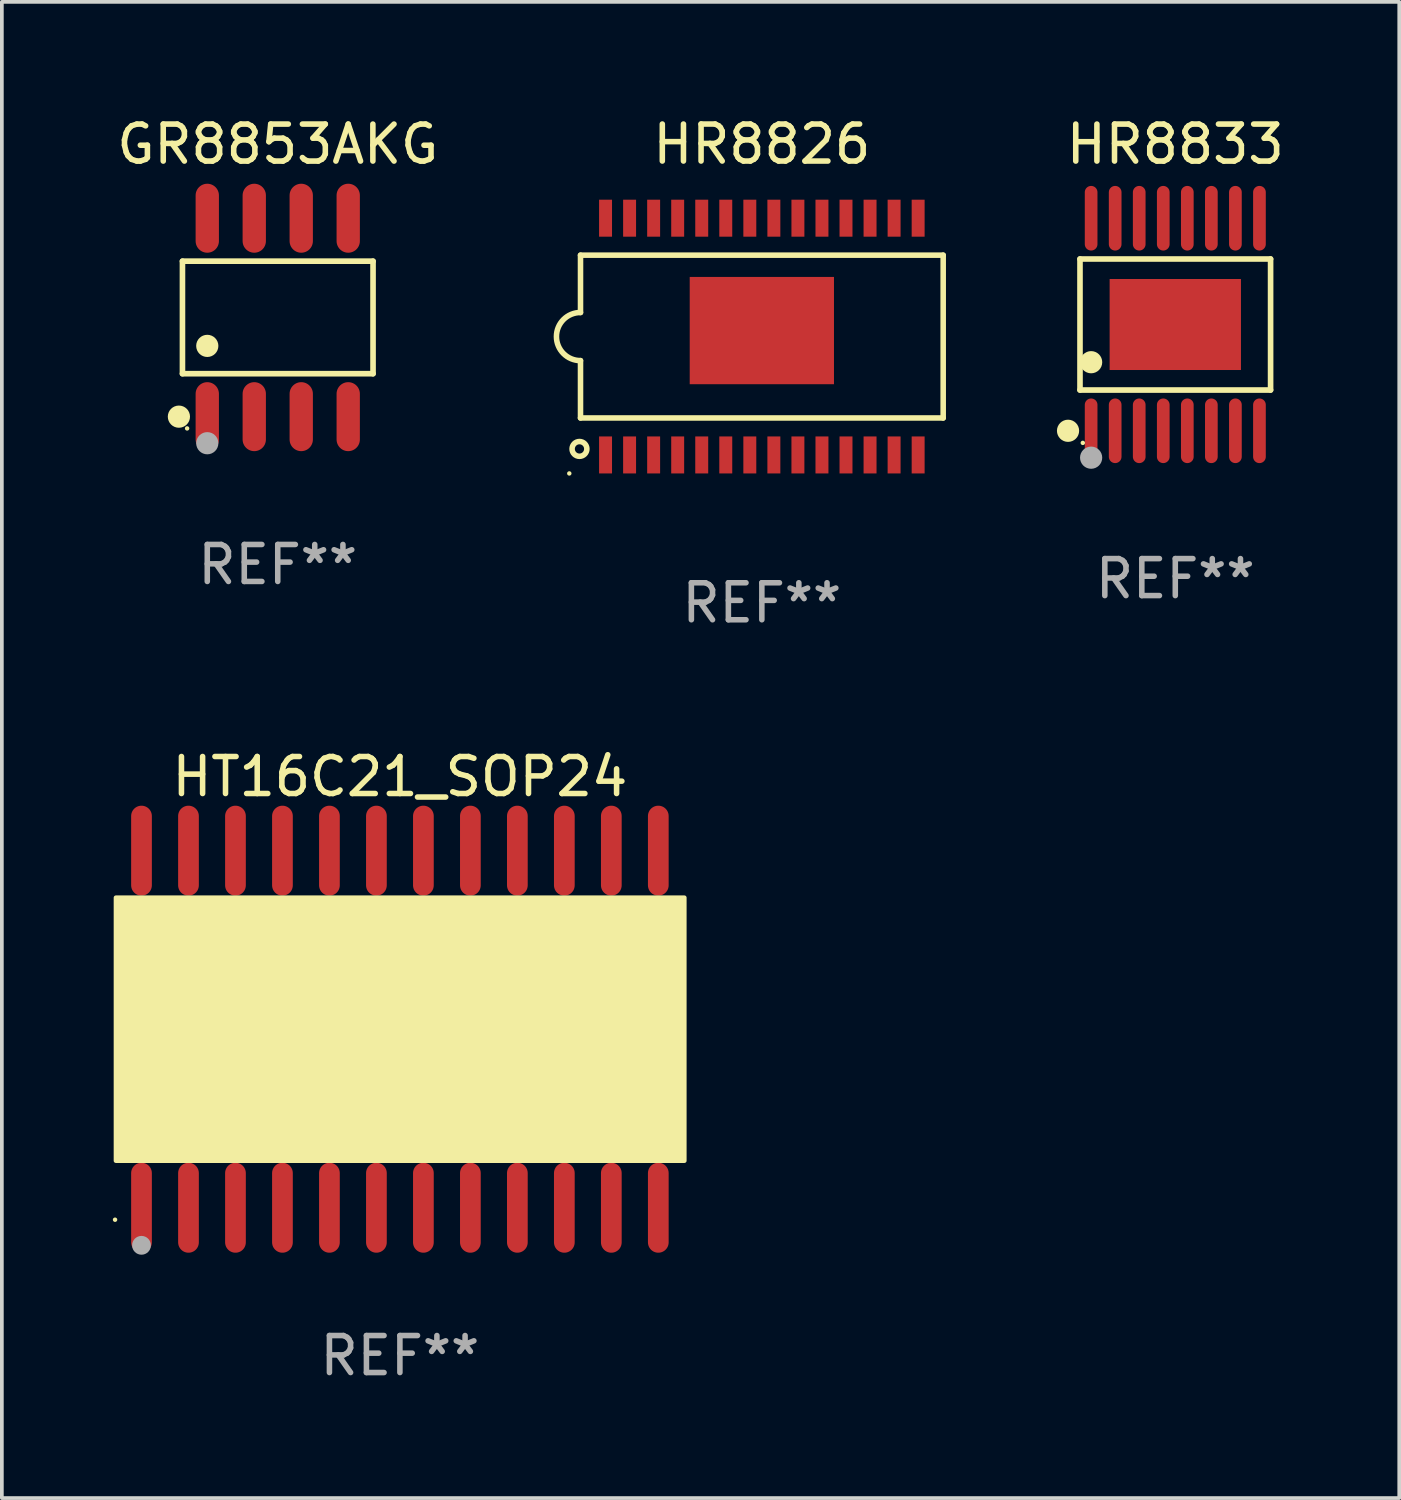
<source format=kicad_pcb>
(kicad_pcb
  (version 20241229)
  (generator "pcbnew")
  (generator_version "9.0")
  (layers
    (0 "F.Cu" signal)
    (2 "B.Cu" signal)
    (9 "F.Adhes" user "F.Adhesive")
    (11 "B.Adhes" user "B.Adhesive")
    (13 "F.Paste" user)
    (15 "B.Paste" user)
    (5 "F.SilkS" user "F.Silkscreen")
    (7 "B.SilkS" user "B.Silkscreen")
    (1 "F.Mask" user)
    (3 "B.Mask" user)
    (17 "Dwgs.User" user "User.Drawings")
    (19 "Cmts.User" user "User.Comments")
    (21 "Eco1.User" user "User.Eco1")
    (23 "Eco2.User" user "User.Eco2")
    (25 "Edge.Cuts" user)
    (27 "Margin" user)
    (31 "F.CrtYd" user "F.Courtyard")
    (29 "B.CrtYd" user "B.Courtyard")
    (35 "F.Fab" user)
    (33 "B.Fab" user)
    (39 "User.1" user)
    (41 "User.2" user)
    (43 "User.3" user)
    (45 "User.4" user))
  (footprint "HR8826"
    (layer "F.Cu")
    (at 17.544 6.048)
    (property "Reference" "HR8826" (at 0 -5.2 0) (layer "F.SilkS") (effects (font (size 1 1) (thickness 0.15))))
    (attr through_hole)
    (fp_line (start -4.902 -2.2) (end -4.902 -0.65) (stroke (width 0.15) (type solid)) (layer "F.SilkS"))
    (fp_line (start -4.902 -2.2) (end 4.902 -2.2) (stroke (width 0.15) (type solid)) (layer "F.SilkS"))
    (fp_line (start -4.902 2.2) (end -4.902 0.65) (stroke (width 0.15) (type solid)) (layer "F.SilkS"))
    (fp_line (start 4.902 -2.2) (end 4.902 2.2) (stroke (width 0.15) (type solid)) (layer "F.SilkS"))
    (fp_line (start 4.902 2.2) (end -4.902 2.2) (stroke (width 0.15) (type solid)) (layer "F.SilkS"))
    (fp_arc (start -4.90221 0.649962) (mid -5.552248 -0.000457) (end -4.901956 -0.650622) (stroke (width 0.150114) (type solid)) (layer "F.SilkS"))
    (fp_circle (center -5.205 3.7) (end -5.175 3.7) (stroke (width 0.06) (type solid)) (fill no) (layer "F.SilkS"))
    (fp_circle (center -4.93 3.037) (end -4.73 3.037) (stroke (width 0.15) (type solid)) (fill no) (layer "F.SilkS"))
    (fp_text user "REF**" (at 0 7.2 0) (layer "F.Fab") (effects (font (size 1 1) (thickness 0.15))))
    (pad "1" smd rect (at -4.225 3.2 90) (size 1 0.35) (layers "F.Cu" "F.Mask" "F.Paste"))
    (pad "2" smd rect (at -3.575 3.2 90) (size 1 0.35) (layers "F.Cu" "F.Mask" "F.Paste"))
    (pad "3" smd rect (at -2.925 3.2 90) (size 1 0.35) (layers "F.Cu" "F.Mask" "F.Paste"))
    (pad "4" smd rect (at -2.275 3.2 90) (size 1 0.35) (layers "F.Cu" "F.Mask" "F.Paste"))
    (pad "5" smd rect (at -1.625 3.2 90) (size 1 0.35) (layers "F.Cu" "F.Mask" "F.Paste"))
    (pad "6" smd rect (at -0.975 3.2 90) (size 1 0.35) (layers "F.Cu" "F.Mask" "F.Paste"))
    (pad "7" smd rect (at -0.325 3.2 90) (size 1 0.35) (layers "F.Cu" "F.Mask" "F.Paste"))
    (pad "8" smd rect (at 0.325 3.2 90) (size 1 0.35) (layers "F.Cu" "F.Mask" "F.Paste"))
    (pad "9" smd rect (at 0.975 3.2 90) (size 1 0.35) (layers "F.Cu" "F.Mask" "F.Paste"))
    (pad "10" smd rect (at 1.625 3.2 90) (size 1 0.35) (layers "F.Cu" "F.Mask" "F.Paste"))
    (pad "11" smd rect (at 2.275 3.2 90) (size 1 0.35) (layers "F.Cu" "F.Mask" "F.Paste"))
    (pad "12" smd rect (at 2.925 3.2 90) (size 1 0.35) (layers "F.Cu" "F.Mask" "F.Paste"))
    (pad "13" smd rect (at 3.575 3.2 90) (size 1 0.35) (layers "F.Cu" "F.Mask" "F.Paste"))
    (pad "14" smd rect (at 4.225 3.2 90) (size 1 0.35) (layers "F.Cu" "F.Mask" "F.Paste"))
    (pad "15" smd rect (at 4.225 -3.2 90) (size 1 0.35) (layers "F.Cu" "F.Mask" "F.Paste"))
    (pad "16" smd rect (at 3.575 -3.2 90) (size 1 0.35) (layers "F.Cu" "F.Mask" "F.Paste"))
    (pad "17" smd rect (at 2.925 -3.2 90) (size 1 0.35) (layers "F.Cu" "F.Mask" "F.Paste"))
    (pad "18" smd rect (at 2.275 -3.2 90) (size 1 0.35) (layers "F.Cu" "F.Mask" "F.Paste"))
    (pad "19" smd rect (at 1.625 -3.2 90) (size 1 0.35) (layers "F.Cu" "F.Mask" "F.Paste"))
    (pad "20" smd rect (at 0.975 -3.2 90) (size 1 0.35) (layers "F.Cu" "F.Mask" "F.Paste"))
    (pad "21" smd rect (at 0.325 -3.2 90) (size 1 0.35) (layers "F.Cu" "F.Mask" "F.Paste"))
    (pad "22" smd rect (at -0.325 -3.2 90) (size 1 0.35) (layers "F.Cu" "F.Mask" "F.Paste"))
    (pad "23" smd rect (at -0.975 -3.2 90) (size 1 0.35) (layers "F.Cu" "F.Mask" "F.Paste"))
    (pad "24" smd rect (at -1.625 -3.2 90) (size 1 0.35) (layers "F.Cu" "F.Mask" "F.Paste"))
    (pad "25" smd rect (at -2.275 -3.2 90) (size 1 0.35) (layers "F.Cu" "F.Mask" "F.Paste"))
    (pad "26" smd rect (at -2.925 -3.2 90) (size 1 0.35) (layers "F.Cu" "F.Mask" "F.Paste"))
    (pad "27" smd rect (at -3.575 -3.2 90) (size 1 0.35) (layers "F.Cu" "F.Mask" "F.Paste"))
    (pad "28" smd rect (at -4.225 -3.2 90) (size 1 0.35) (layers "F.Cu" "F.Mask" "F.Paste"))
    (pad "29" smd rect (at 0 -0.162 90) (size 2.9 3.9) (layers "F.Cu" "F.Mask" "F.Paste")))
  (footprint "GR8853AKG"
    (layer "F.Cu")
    (at 4.458 5.531)
    (property "Reference" "GR8853AKG" (at 0 -4.682 0) (layer "F.SilkS") (effects (font (size 1 1) (thickness 0.15))))
    (attr through_hole)
    (fp_line (start -2.576 -1.521) (end 2.576 -1.521) (stroke (width 0.152) (type solid)) (layer "F.SilkS"))
    (fp_line (start -2.576 1.521) (end -2.576 -1.521) (stroke (width 0.152) (type solid)) (layer "F.SilkS"))
    (fp_line (start 2.576 -1.521) (end 2.576 1.521) (stroke (width 0.152) (type solid)) (layer "F.SilkS"))
    (fp_line (start 2.576 1.521) (end -2.576 1.521) (stroke (width 0.152) (type solid)) (layer "F.SilkS"))
    (fp_circle (center -2.672 2.682) (end -2.522 2.682) (stroke (width 0.3) (type solid)) (fill no) (layer "F.SilkS"))
    (fp_circle (center -2.45 3) (end -2.42 3) (stroke (width 0.06) (type solid)) (fill no) (layer "F.SilkS"))
    (fp_circle (center -1.905 0.769) (end -1.755 0.769) (stroke (width 0.3) (type solid)) (fill no) (layer "F.SilkS"))
    (fp_circle (center -1.905 3.4) (end -1.755 3.4) (stroke (width 0.3) (type solid)) (fill no) (layer "F.Fab"))
    (fp_text user "REF**" (at 0 6.682 0) (layer "F.Fab") (effects (font (size 1 1) (thickness 0.15))))
    (pad "1" smd oval (at -1.905 2.682) (size 0.63 1.865) (layers "F.Cu" "F.Mask" "F.Paste"))
    (pad "2" smd oval (at -0.635 2.682) (size 0.63 1.865) (layers "F.Cu" "F.Mask" "F.Paste"))
    (pad "3" smd oval (at 0.635 2.682) (size 0.63 1.865) (layers "F.Cu" "F.Mask" "F.Paste"))
    (pad "4" smd oval (at 1.905 2.682) (size 0.63 1.865) (layers "F.Cu" "F.Mask" "F.Paste"))
    (pad "5" smd oval (at 1.905 -2.682) (size 0.63 1.865) (layers "F.Cu" "F.Mask" "F.Paste"))
    (pad "6" smd oval (at 0.635 -2.682) (size 0.63 1.865) (layers "F.Cu" "F.Mask" "F.Paste"))
    (pad "7" smd oval (at -0.635 -2.682) (size 0.63 1.865) (layers "F.Cu" "F.Mask" "F.Paste"))
    (pad "8" smd oval (at -1.905 -2.682) (size 0.63 1.865) (layers "F.Cu" "F.Mask" "F.Paste")))
  (footprint "HR8833"
    (layer "F.Cu")
    (at 28.72 5.722)
    (property "Reference" "HR8833" (at 0 -4.873 0) (layer "F.SilkS") (effects (font (size 1 1) (thickness 0.15))))
    (attr through_hole)
    (fp_line (start -2.576 -1.771) (end 2.576 -1.771) (stroke (width 0.152) (type solid)) (layer "F.SilkS"))
    (fp_line (start -2.576 1.771) (end -2.576 -1.771) (stroke (width 0.152) (type solid)) (layer "F.SilkS"))
    (fp_line (start 2.576 -1.771) (end 2.576 1.771) (stroke (width 0.152) (type solid)) (layer "F.SilkS"))
    (fp_line (start 2.576 1.771) (end -2.576 1.771) (stroke (width 0.152) (type solid)) (layer "F.SilkS"))
    (fp_circle (center -2.899 2.873) (end -2.749 2.873) (stroke (width 0.3) (type solid)) (fill no) (layer "F.SilkS"))
    (fp_circle (center -2.5 3.2) (end -2.47 3.2) (stroke (width 0.06) (type solid)) (fill no) (layer "F.SilkS"))
    (fp_circle (center -2.275 1.019) (end -2.125 1.019) (stroke (width 0.3) (type solid)) (fill no) (layer "F.SilkS"))
    (fp_circle (center -2.275 3.6) (end -2.125 3.6) (stroke (width 0.3) (type solid)) (fill no) (layer "F.Fab"))
    (fp_text user "REF**" (at 0 6.873 0) (layer "F.Fab") (effects (font (size 1 1) (thickness 0.15))))
    (pad "1" smd oval (at -2.275 2.873) (size 0.343 1.747) (layers "F.Cu" "F.Mask" "F.Paste"))
    (pad "2" smd oval (at -1.625 2.873) (size 0.343 1.747) (layers "F.Cu" "F.Mask" "F.Paste"))
    (pad "3" smd oval (at -0.975 2.873) (size 0.343 1.747) (layers "F.Cu" "F.Mask" "F.Paste"))
    (pad "4" smd oval (at -0.325 2.873) (size 0.343 1.747) (layers "F.Cu" "F.Mask" "F.Paste"))
    (pad "5" smd oval (at 0.325 2.873) (size 0.343 1.747) (layers "F.Cu" "F.Mask" "F.Paste"))
    (pad "6" smd oval (at 0.975 2.873) (size 0.343 1.747) (layers "F.Cu" "F.Mask" "F.Paste"))
    (pad "7" smd oval (at 1.625 2.873) (size 0.343 1.747) (layers "F.Cu" "F.Mask" "F.Paste"))
    (pad "8" smd oval (at 2.275 2.873) (size 0.343 1.747) (layers "F.Cu" "F.Mask" "F.Paste"))
    (pad "9" smd oval (at 2.275 -2.873) (size 0.343 1.747) (layers "F.Cu" "F.Mask" "F.Paste"))
    (pad "10" smd oval (at 1.625 -2.873) (size 0.343 1.747) (layers "F.Cu" "F.Mask" "F.Paste"))
    (pad "11" smd oval (at 0.975 -2.873) (size 0.343 1.747) (layers "F.Cu" "F.Mask" "F.Paste"))
    (pad "12" smd oval (at 0.325 -2.873) (size 0.343 1.747) (layers "F.Cu" "F.Mask" "F.Paste"))
    (pad "13" smd oval (at -0.325 -2.873) (size 0.343 1.747) (layers "F.Cu" "F.Mask" "F.Paste"))
    (pad "14" smd oval (at -0.975 -2.873) (size 0.343 1.747) (layers "F.Cu" "F.Mask" "F.Paste"))
    (pad "15" smd oval (at -1.625 -2.873) (size 0.343 1.747) (layers "F.Cu" "F.Mask" "F.Paste"))
    (pad "16" smd oval (at -2.275 -2.873) (size 0.343 1.747) (layers "F.Cu" "F.Mask" "F.Paste"))
    (pad "17" smd rect (at 0 0) (size 3.55 2.46) (layers "F.Cu" "F.Mask" "F.Paste")))
  (footprint "HT16C21_SOP24"
    (layer "F.Cu")
    (at 7.76 24.771)
    (property "Reference" "HT16C21_SOP24" (at 0 -6.826 0) (layer "F.SilkS") (effects (font (size 1 1) (thickness 0.15))))
    (attr through_hole)
    (fp_circle (center -7.7 5.15) (end -7.67 5.15) (stroke (width 0.06) (type solid)) (fill no) (layer "F.SilkS"))
    (fp_circle (center -6.985 2.921) (end -6.858 2.921) (stroke (width 0.254) (type solid)) (fill no) (layer "F.SilkS"))
    (fp_poly (pts (xy -7.677 -3.556) (xy 7.69 -3.556) (xy 7.69 3.556) (xy -7.677 3.556)) (stroke (width 0.12) (type solid)) (fill yes) (layer "F.SilkS"))
    (fp_circle (center -6.985 5.842) (end -6.858 5.842) (stroke (width 0.254) (type solid)) (fill no) (layer "F.Fab"))
    (fp_text user "REF**" (at 0 8.826 0) (layer "F.Fab") (effects (font (size 1 1) (thickness 0.15))))
    (pad "1" smd oval (at -6.985 4.826) (size 0.56 2.432) (layers "F.Cu" "F.Mask" "F.Paste"))
    (pad "2" smd oval (at -5.715 4.826) (size 0.56 2.432) (layers "F.Cu" "F.Mask" "F.Paste"))
    (pad "3" smd oval (at -4.445 4.826) (size 0.56 2.432) (layers "F.Cu" "F.Mask" "F.Paste"))
    (pad "4" smd oval (at -3.175 4.826) (size 0.56 2.432) (layers "F.Cu" "F.Mask" "F.Paste"))
    (pad "5" smd oval (at -1.905 4.826) (size 0.56 2.432) (layers "F.Cu" "F.Mask" "F.Paste"))
    (pad "6" smd oval (at -0.635 4.826) (size 0.56 2.432) (layers "F.Cu" "F.Mask" "F.Paste"))
    (pad "7" smd oval (at 0.635 4.826) (size 0.56 2.432) (layers "F.Cu" "F.Mask" "F.Paste"))
    (pad "8" smd oval (at 1.905 4.826) (size 0.56 2.432) (layers "F.Cu" "F.Mask" "F.Paste"))
    (pad "9" smd oval (at 3.175 4.826) (size 0.56 2.432) (layers "F.Cu" "F.Mask" "F.Paste"))
    (pad "10" smd oval (at 4.445 4.826) (size 0.56 2.432) (layers "F.Cu" "F.Mask" "F.Paste"))
    (pad "11" smd oval (at 5.715 4.826) (size 0.56 2.432) (layers "F.Cu" "F.Mask" "F.Paste"))
    (pad "12" smd oval (at 6.985 4.826) (size 0.56 2.432) (layers "F.Cu" "F.Mask" "F.Paste"))
    (pad "13" smd oval (at 6.985 -4.826) (size 0.56 2.432) (layers "F.Cu" "F.Mask" "F.Paste"))
    (pad "14" smd oval (at 5.715 -4.826) (size 0.56 2.432) (layers "F.Cu" "F.Mask" "F.Paste"))
    (pad "15" smd oval (at 4.445 -4.826) (size 0.56 2.432) (layers "F.Cu" "F.Mask" "F.Paste"))
    (pad "16" smd oval (at 3.175 -4.826) (size 0.56 2.432) (layers "F.Cu" "F.Mask" "F.Paste"))
    (pad "17" smd oval (at 1.905 -4.826) (size 0.56 2.432) (layers "F.Cu" "F.Mask" "F.Paste"))
    (pad "18" smd oval (at 0.635 -4.826) (size 0.56 2.432) (layers "F.Cu" "F.Mask" "F.Paste"))
    (pad "19" smd oval (at -0.635 -4.826) (size 0.56 2.432) (layers "F.Cu" "F.Mask" "F.Paste"))
    (pad "20" smd oval (at -1.905 -4.826) (size 0.56 2.432) (layers "F.Cu" "F.Mask" "F.Paste"))
    (pad "21" smd oval (at -3.175 -4.826) (size 0.56 2.432) (layers "F.Cu" "F.Mask" "F.Paste"))
    (pad "22" smd oval (at -4.445 -4.826) (size 0.56 2.432) (layers "F.Cu" "F.Mask" "F.Paste"))
    (pad "23" smd oval (at -5.715 -4.826) (size 0.56 2.432) (layers "F.Cu" "F.Mask" "F.Paste"))
    (pad "24" smd oval (at -6.985 -4.826) (size 0.56 2.432) (layers "F.Cu" "F.Mask" "F.Paste")))
  (gr_rect
    (start -3 -3)
    (end 34.774 37.445)
    (stroke (width 0.1) (type default))
    (fill no)
    (layer "Edge.Cuts")))
</source>
